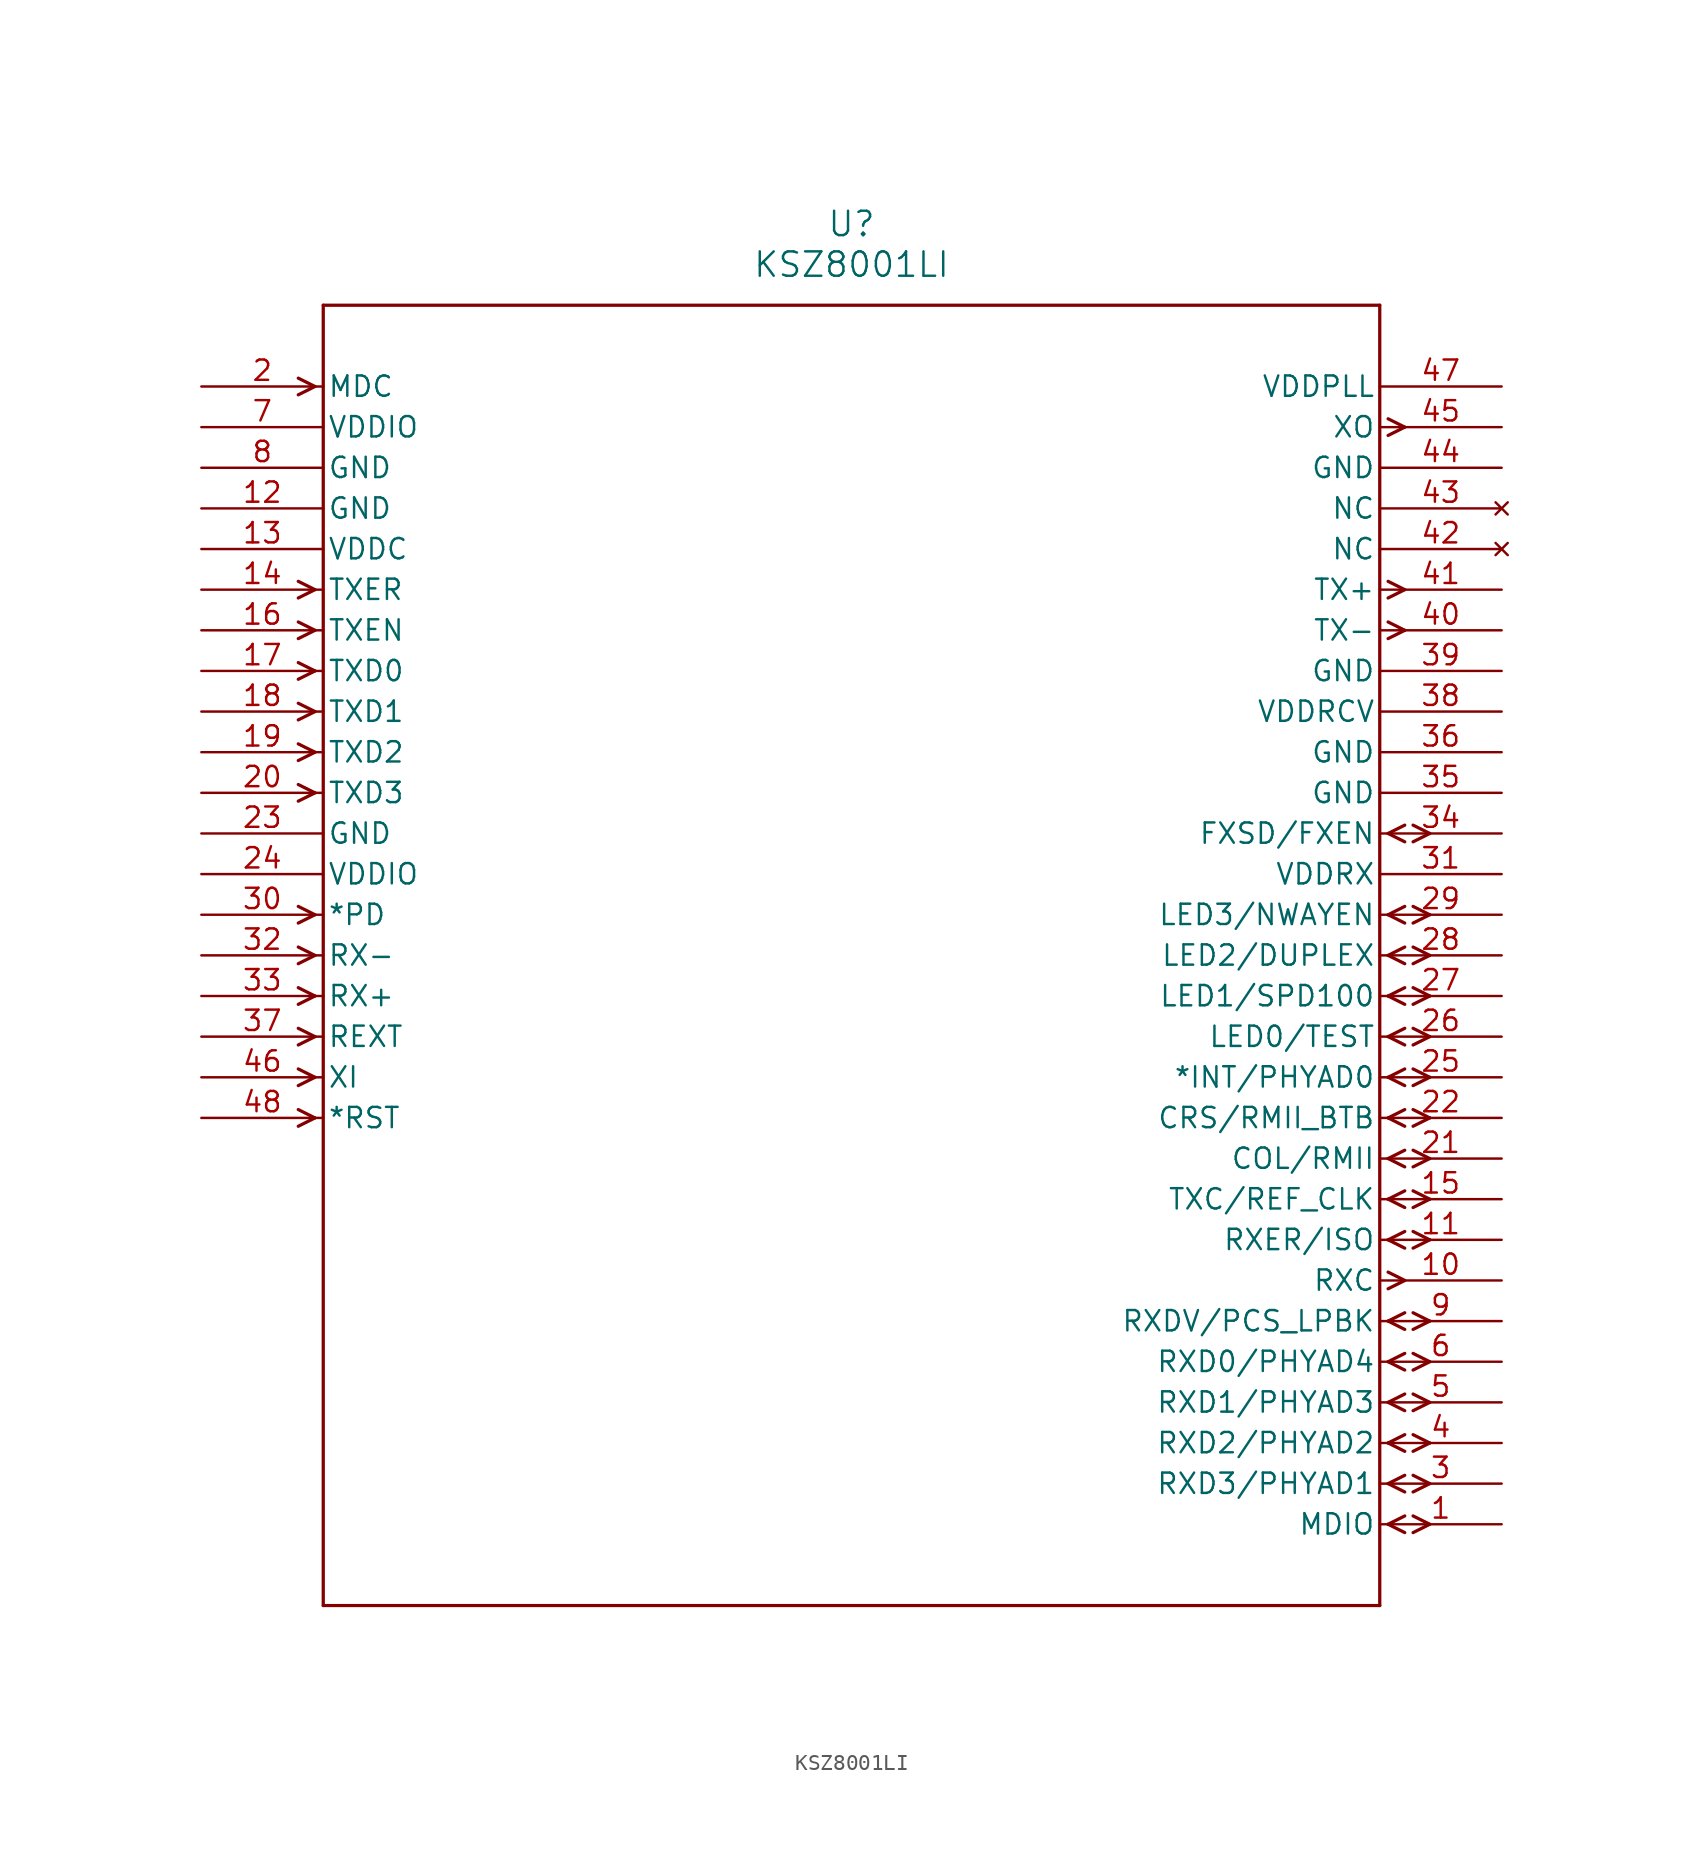
<source format=kicad_sym>
(kicad_symbol_lib
  (version 20211014)
  (generator kicad_symbol_editor)
  (symbol "KSZ8001LI"
    (pin_names
      (offset 0.254))
    (property "Reference" "U"
      (at 40.64 10.16 0)
      (effects (font (size 1.524 1.524))))
    (property "Value" "KSZ8001LI"
      (at 40.64 7.62 0)
      (effects (font (size 1.524 1.524))))
    (symbol "KSZ8001LI_0_1"
      (polyline (pts (xy 7.099 0) (xy 6.058 0.521)) (stroke (width 0.203) (type default) (color 0 0 0 0)) (fill (type none)))
      (polyline (pts (xy 7.099 0) (xy 6.058 -0.521)) (stroke (width 0.203) (type default) (color 0 0 0 0)) (fill (type none)))
      (polyline (pts (xy 7.099 -12.7) (xy 6.058 -12.179)) (stroke (width 0.203) (type default) (color 0 0 0 0)) (fill (type none)))
      (polyline (pts (xy 7.099 -12.7) (xy 6.058 -13.221)) (stroke (width 0.203) (type default) (color 0 0 0 0)) (fill (type none)))
      (polyline (pts (xy 7.099 -15.24) (xy 6.058 -14.719)) (stroke (width 0.203) (type default) (color 0 0 0 0)) (fill (type none)))
      (polyline (pts (xy 7.099 -15.24) (xy 6.058 -15.761)) (stroke (width 0.203) (type default) (color 0 0 0 0)) (fill (type none)))
      (polyline (pts (xy 7.099 -17.78) (xy 6.058 -17.259)) (stroke (width 0.203) (type default) (color 0 0 0 0)) (fill (type none)))
      (polyline (pts (xy 7.099 -17.78) (xy 6.058 -18.301)) (stroke (width 0.203) (type default) (color 0 0 0 0)) (fill (type none)))
      (polyline (pts (xy 7.099 -20.32) (xy 6.058 -19.799)) (stroke (width 0.203) (type default) (color 0 0 0 0)) (fill (type none)))
      (polyline (pts (xy 7.099 -20.32) (xy 6.058 -20.841)) (stroke (width 0.203) (type default) (color 0 0 0 0)) (fill (type none)))
      (polyline (pts (xy 7.099 -22.86) (xy 6.058 -22.339)) (stroke (width 0.203) (type default) (color 0 0 0 0)) (fill (type none)))
      (polyline (pts (xy 7.099 -22.86) (xy 6.058 -23.381)) (stroke (width 0.203) (type default) (color 0 0 0 0)) (fill (type none)))
      (polyline (pts (xy 7.099 -25.4) (xy 6.058 -24.879)) (stroke (width 0.203) (type default) (color 0 0 0 0)) (fill (type none)))
      (polyline (pts (xy 7.099 -25.4) (xy 6.058 -25.921)) (stroke (width 0.203) (type default) (color 0 0 0 0)) (fill (type none)))
      (polyline (pts (xy 7.099 -33.02) (xy 6.058 -32.499)) (stroke (width 0.203) (type default) (color 0 0 0 0)) (fill (type none)))
      (polyline (pts (xy 7.099 -33.02) (xy 6.058 -33.541)) (stroke (width 0.203) (type default) (color 0 0 0 0)) (fill (type none)))
      (polyline (pts (xy 7.099 -35.56) (xy 6.058 -35.039)) (stroke (width 0.203) (type default) (color 0 0 0 0)) (fill (type none)))
      (polyline (pts (xy 7.099 -35.56) (xy 6.058 -36.081)) (stroke (width 0.203) (type default) (color 0 0 0 0)) (fill (type none)))
      (polyline (pts (xy 7.099 -38.1) (xy 6.058 -37.579)) (stroke (width 0.203) (type default) (color 0 0 0 0)) (fill (type none)))
      (polyline (pts (xy 7.099 -38.1) (xy 6.058 -38.621)) (stroke (width 0.203) (type default) (color 0 0 0 0)) (fill (type none)))
      (polyline (pts (xy 7.099 -40.64) (xy 6.058 -40.119)) (stroke (width 0.203) (type default) (color 0 0 0 0)) (fill (type none)))
      (polyline (pts (xy 7.099 -40.64) (xy 6.058 -41.161)) (stroke (width 0.203) (type default) (color 0 0 0 0)) (fill (type none)))
      (polyline (pts (xy 7.099 -43.18) (xy 6.058 -42.659)) (stroke (width 0.203) (type default) (color 0 0 0 0)) (fill (type none)))
      (polyline (pts (xy 7.099 -43.18) (xy 6.058 -43.701)) (stroke (width 0.203) (type default) (color 0 0 0 0)) (fill (type none)))
      (polyline (pts (xy 7.099 -45.72) (xy 6.058 -45.199)) (stroke (width 0.203) (type default) (color 0 0 0 0)) (fill (type none)))
      (polyline (pts (xy 7.099 -45.72) (xy 6.058 -46.241)) (stroke (width 0.203) (type default) (color 0 0 0 0)) (fill (type none)))
      (polyline (pts (xy 74.181 -71.12) (xy 75.222 -70.599)) (stroke (width 0.203) (type default) (color 0 0 0 0)) (fill (type none)))
      (polyline (pts (xy 74.181 -71.12) (xy 75.222 -71.641)) (stroke (width 0.203) (type default) (color 0 0 0 0)) (fill (type none)))
      (polyline (pts (xy 75.743 -70.599) (xy 76.784 -71.12)) (stroke (width 0.203) (type default) (color 0 0 0 0)) (fill (type none)))
      (polyline (pts (xy 75.743 -71.641) (xy 76.784 -71.12)) (stroke (width 0.203) (type default) (color 0 0 0 0)) (fill (type none)))
      (polyline (pts (xy 74.181 -68.58) (xy 75.222 -68.059)) (stroke (width 0.203) (type default) (color 0 0 0 0)) (fill (type none)))
      (polyline (pts (xy 74.181 -68.58) (xy 75.222 -69.101)) (stroke (width 0.203) (type default) (color 0 0 0 0)) (fill (type none)))
      (polyline (pts (xy 75.743 -68.059) (xy 76.784 -68.58)) (stroke (width 0.203) (type default) (color 0 0 0 0)) (fill (type none)))
      (polyline (pts (xy 75.743 -69.101) (xy 76.784 -68.58)) (stroke (width 0.203) (type default) (color 0 0 0 0)) (fill (type none)))
      (polyline (pts (xy 74.181 -66.04) (xy 75.222 -65.519)) (stroke (width 0.203) (type default) (color 0 0 0 0)) (fill (type none)))
      (polyline (pts (xy 74.181 -66.04) (xy 75.222 -66.561)) (stroke (width 0.203) (type default) (color 0 0 0 0)) (fill (type none)))
      (polyline (pts (xy 75.743 -65.519) (xy 76.784 -66.04)) (stroke (width 0.203) (type default) (color 0 0 0 0)) (fill (type none)))
      (polyline (pts (xy 75.743 -66.561) (xy 76.784 -66.04)) (stroke (width 0.203) (type default) (color 0 0 0 0)) (fill (type none)))
      (polyline (pts (xy 74.181 -63.5) (xy 75.222 -62.979)) (stroke (width 0.203) (type default) (color 0 0 0 0)) (fill (type none)))
      (polyline (pts (xy 74.181 -63.5) (xy 75.222 -64.021)) (stroke (width 0.203) (type default) (color 0 0 0 0)) (fill (type none)))
      (polyline (pts (xy 75.743 -62.979) (xy 76.784 -63.5)) (stroke (width 0.203) (type default) (color 0 0 0 0)) (fill (type none)))
      (polyline (pts (xy 75.743 -64.021) (xy 76.784 -63.5)) (stroke (width 0.203) (type default) (color 0 0 0 0)) (fill (type none)))
      (polyline (pts (xy 74.181 -60.96) (xy 75.222 -60.439)) (stroke (width 0.203) (type default) (color 0 0 0 0)) (fill (type none)))
      (polyline (pts (xy 74.181 -60.96) (xy 75.222 -61.481)) (stroke (width 0.203) (type default) (color 0 0 0 0)) (fill (type none)))
      (polyline (pts (xy 75.743 -60.439) (xy 76.784 -60.96)) (stroke (width 0.203) (type default) (color 0 0 0 0)) (fill (type none)))
      (polyline (pts (xy 75.743 -61.481) (xy 76.784 -60.96)) (stroke (width 0.203) (type default) (color 0 0 0 0)) (fill (type none)))
      (polyline (pts (xy 74.181 -58.42) (xy 75.222 -57.899)) (stroke (width 0.203) (type default) (color 0 0 0 0)) (fill (type none)))
      (polyline (pts (xy 74.181 -58.42) (xy 75.222 -58.941)) (stroke (width 0.203) (type default) (color 0 0 0 0)) (fill (type none)))
      (polyline (pts (xy 75.743 -57.899) (xy 76.784 -58.42)) (stroke (width 0.203) (type default) (color 0 0 0 0)) (fill (type none)))
      (polyline (pts (xy 75.743 -58.941) (xy 76.784 -58.42)) (stroke (width 0.203) (type default) (color 0 0 0 0)) (fill (type none)))
      (polyline (pts (xy 74.181 -55.359) (xy 75.222 -55.88)) (stroke (width 0.203) (type default) (color 0 0 0 0)) (fill (type none)))
      (polyline (pts (xy 74.181 -56.401) (xy 75.222 -55.88)) (stroke (width 0.203) (type default) (color 0 0 0 0)) (fill (type none)))
      (polyline (pts (xy 74.181 -53.34) (xy 75.222 -52.819)) (stroke (width 0.203) (type default) (color 0 0 0 0)) (fill (type none)))
      (polyline (pts (xy 74.181 -53.34) (xy 75.222 -53.861)) (stroke (width 0.203) (type default) (color 0 0 0 0)) (fill (type none)))
      (polyline (pts (xy 75.743 -52.819) (xy 76.784 -53.34)) (stroke (width 0.203) (type default) (color 0 0 0 0)) (fill (type none)))
      (polyline (pts (xy 75.743 -53.861) (xy 76.784 -53.34)) (stroke (width 0.203) (type default) (color 0 0 0 0)) (fill (type none)))
      (polyline (pts (xy 74.181 -50.8) (xy 75.222 -50.279)) (stroke (width 0.203) (type default) (color 0 0 0 0)) (fill (type none)))
      (polyline (pts (xy 74.181 -50.8) (xy 75.222 -51.321)) (stroke (width 0.203) (type default) (color 0 0 0 0)) (fill (type none)))
      (polyline (pts (xy 75.743 -50.279) (xy 76.784 -50.8)) (stroke (width 0.203) (type default) (color 0 0 0 0)) (fill (type none)))
      (polyline (pts (xy 75.743 -51.321) (xy 76.784 -50.8)) (stroke (width 0.203) (type default) (color 0 0 0 0)) (fill (type none)))
      (polyline (pts (xy 74.181 -48.26) (xy 75.222 -47.739)) (stroke (width 0.203) (type default) (color 0 0 0 0)) (fill (type none)))
      (polyline (pts (xy 74.181 -48.26) (xy 75.222 -48.781)) (stroke (width 0.203) (type default) (color 0 0 0 0)) (fill (type none)))
      (polyline (pts (xy 75.743 -47.739) (xy 76.784 -48.26)) (stroke (width 0.203) (type default) (color 0 0 0 0)) (fill (type none)))
      (polyline (pts (xy 75.743 -48.781) (xy 76.784 -48.26)) (stroke (width 0.203) (type default) (color 0 0 0 0)) (fill (type none)))
      (polyline (pts (xy 74.181 -45.72) (xy 75.222 -45.199)) (stroke (width 0.203) (type default) (color 0 0 0 0)) (fill (type none)))
      (polyline (pts (xy 74.181 -45.72) (xy 75.222 -46.241)) (stroke (width 0.203) (type default) (color 0 0 0 0)) (fill (type none)))
      (polyline (pts (xy 75.743 -45.199) (xy 76.784 -45.72)) (stroke (width 0.203) (type default) (color 0 0 0 0)) (fill (type none)))
      (polyline (pts (xy 75.743 -46.241) (xy 76.784 -45.72)) (stroke (width 0.203) (type default) (color 0 0 0 0)) (fill (type none)))
      (polyline (pts (xy 74.181 -43.18) (xy 75.222 -42.659)) (stroke (width 0.203) (type default) (color 0 0 0 0)) (fill (type none)))
      (polyline (pts (xy 74.181 -43.18) (xy 75.222 -43.701)) (stroke (width 0.203) (type default) (color 0 0 0 0)) (fill (type none)))
      (polyline (pts (xy 75.743 -42.659) (xy 76.784 -43.18)) (stroke (width 0.203) (type default) (color 0 0 0 0)) (fill (type none)))
      (polyline (pts (xy 75.743 -43.701) (xy 76.784 -43.18)) (stroke (width 0.203) (type default) (color 0 0 0 0)) (fill (type none)))
      (polyline (pts (xy 74.181 -40.64) (xy 75.222 -40.119)) (stroke (width 0.203) (type default) (color 0 0 0 0)) (fill (type none)))
      (polyline (pts (xy 74.181 -40.64) (xy 75.222 -41.161)) (stroke (width 0.203) (type default) (color 0 0 0 0)) (fill (type none)))
      (polyline (pts (xy 75.743 -40.119) (xy 76.784 -40.64)) (stroke (width 0.203) (type default) (color 0 0 0 0)) (fill (type none)))
      (polyline (pts (xy 75.743 -41.161) (xy 76.784 -40.64)) (stroke (width 0.203) (type default) (color 0 0 0 0)) (fill (type none)))
      (polyline (pts (xy 74.181 -38.1) (xy 75.222 -37.579)) (stroke (width 0.203) (type default) (color 0 0 0 0)) (fill (type none)))
      (polyline (pts (xy 74.181 -38.1) (xy 75.222 -38.621)) (stroke (width 0.203) (type default) (color 0 0 0 0)) (fill (type none)))
      (polyline (pts (xy 75.743 -37.579) (xy 76.784 -38.1)) (stroke (width 0.203) (type default) (color 0 0 0 0)) (fill (type none)))
      (polyline (pts (xy 75.743 -38.621) (xy 76.784 -38.1)) (stroke (width 0.203) (type default) (color 0 0 0 0)) (fill (type none)))
      (polyline (pts (xy 74.181 -35.56) (xy 75.222 -35.039)) (stroke (width 0.203) (type default) (color 0 0 0 0)) (fill (type none)))
      (polyline (pts (xy 74.181 -35.56) (xy 75.222 -36.081)) (stroke (width 0.203) (type default) (color 0 0 0 0)) (fill (type none)))
      (polyline (pts (xy 75.743 -35.039) (xy 76.784 -35.56)) (stroke (width 0.203) (type default) (color 0 0 0 0)) (fill (type none)))
      (polyline (pts (xy 75.743 -36.081) (xy 76.784 -35.56)) (stroke (width 0.203) (type default) (color 0 0 0 0)) (fill (type none)))
      (polyline (pts (xy 74.181 -33.02) (xy 75.222 -32.499)) (stroke (width 0.203) (type default) (color 0 0 0 0)) (fill (type none)))
      (polyline (pts (xy 74.181 -33.02) (xy 75.222 -33.541)) (stroke (width 0.203) (type default) (color 0 0 0 0)) (fill (type none)))
      (polyline (pts (xy 75.743 -32.499) (xy 76.784 -33.02)) (stroke (width 0.203) (type default) (color 0 0 0 0)) (fill (type none)))
      (polyline (pts (xy 75.743 -33.541) (xy 76.784 -33.02)) (stroke (width 0.203) (type default) (color 0 0 0 0)) (fill (type none)))
      (polyline (pts (xy 74.181 -27.94) (xy 75.222 -27.419)) (stroke (width 0.203) (type default) (color 0 0 0 0)) (fill (type none)))
      (polyline (pts (xy 74.181 -27.94) (xy 75.222 -28.461)) (stroke (width 0.203) (type default) (color 0 0 0 0)) (fill (type none)))
      (polyline (pts (xy 75.743 -27.419) (xy 76.784 -27.94)) (stroke (width 0.203) (type default) (color 0 0 0 0)) (fill (type none)))
      (polyline (pts (xy 75.743 -28.461) (xy 76.784 -27.94)) (stroke (width 0.203) (type default) (color 0 0 0 0)) (fill (type none)))
      (polyline (pts (xy 74.181 -14.719) (xy 75.222 -15.24)) (stroke (width 0.203) (type default) (color 0 0 0 0)) (fill (type none)))
      (polyline (pts (xy 74.181 -15.761) (xy 75.222 -15.24)) (stroke (width 0.203) (type default) (color 0 0 0 0)) (fill (type none)))
      (polyline (pts (xy 74.181 -12.179) (xy 75.222 -12.7)) (stroke (width 0.203) (type default) (color 0 0 0 0)) (fill (type none)))
      (polyline (pts (xy 74.181 -13.221) (xy 75.222 -12.7)) (stroke (width 0.203) (type default) (color 0 0 0 0)) (fill (type none)))
      (polyline (pts (xy 74.181 -2.019) (xy 75.222 -2.54)) (stroke (width 0.203) (type default) (color 0 0 0 0)) (fill (type none)))
      (polyline (pts (xy 74.181 -3.061) (xy 75.222 -2.54)) (stroke (width 0.203) (type default) (color 0 0 0 0)) (fill (type none)))
      (polyline (pts (xy 7.62 5.08) (xy 7.62 -76.2)) (stroke (width 0.203) (type default) (color 0 0 0 0)) (fill (type none)))
      (polyline (pts (xy 7.62 -76.2) (xy 73.66 -76.2)) (stroke (width 0.203) (type default) (color 0 0 0 0)) (fill (type none)))
      (polyline (pts (xy 73.66 -76.2) (xy 73.66 5.08)) (stroke (width 0.203) (type default) (color 0 0 0 0)) (fill (type none)))
      (polyline (pts (xy 73.66 5.08) (xy 7.62 5.08)) (stroke (width 0.203) (type default) (color 0 0 0 0)) (fill (type none)))
      (pin bidirectional line (at 81.28 -71.12 180) (length 7.62) (name "MDIO" (effects (font (size 1.27 1.27)))) (number "1" (effects (font (size 1.27 1.27)))))
      (pin input line (at 0 0 0) (length 7.62) (name "MDC" (effects (font (size 1.27 1.27)))) (number "2" (effects (font (size 1.27 1.27)))))
      (pin bidirectional line (at 81.28 -68.58 180) (length 7.62) (name "RXD3/PHYAD1" (effects (font (size 1.27 1.27)))) (number "3" (effects (font (size 1.27 1.27)))))
      (pin bidirectional line (at 81.28 -66.04 180) (length 7.62) (name "RXD2/PHYAD2" (effects (font (size 1.27 1.27)))) (number "4" (effects (font (size 1.27 1.27)))))
      (pin bidirectional line (at 81.28 -63.5 180) (length 7.62) (name "RXD1/PHYAD3" (effects (font (size 1.27 1.27)))) (number "5" (effects (font (size 1.27 1.27)))))
      (pin bidirectional line (at 81.28 -60.96 180) (length 7.62) (name "RXD0/PHYAD4" (effects (font (size 1.27 1.27)))) (number "6" (effects (font (size 1.27 1.27)))))
      (pin power_in line (at 0 -2.54 0) (length 7.62) (name "VDDIO" (effects (font (size 1.27 1.27)))) (number "7" (effects (font (size 1.27 1.27)))))
      (pin power_in line (at 0 -5.08 0) (length 7.62) (name "GND" (effects (font (size 1.27 1.27)))) (number "8" (effects (font (size 1.27 1.27)))))
      (pin bidirectional line (at 81.28 -58.42 180) (length 7.62) (name "RXDV/PCS_LPBK" (effects (font (size 1.27 1.27)))) (number "9" (effects (font (size 1.27 1.27)))))
      (pin output line (at 81.28 -55.88 180) (length 7.62) (name "RXC" (effects (font (size 1.27 1.27)))) (number "10" (effects (font (size 1.27 1.27)))))
      (pin bidirectional line (at 81.28 -53.34 180) (length 7.62) (name "RXER/ISO" (effects (font (size 1.27 1.27)))) (number "11" (effects (font (size 1.27 1.27)))))
      (pin power_in line (at 0 -7.62 0) (length 7.62) (name "GND" (effects (font (size 1.27 1.27)))) (number "12" (effects (font (size 1.27 1.27)))))
      (pin power_in line (at 0 -10.16 0) (length 7.62) (name "VDDC" (effects (font (size 1.27 1.27)))) (number "13" (effects (font (size 1.27 1.27)))))
      (pin input line (at 0 -12.7 0) (length 7.62) (name "TXER" (effects (font (size 1.27 1.27)))) (number "14" (effects (font (size 1.27 1.27)))))
      (pin bidirectional line (at 81.28 -50.8 180) (length 7.62) (name "TXC/REF_CLK" (effects (font (size 1.27 1.27)))) (number "15" (effects (font (size 1.27 1.27)))))
      (pin input line (at 0 -15.24 0) (length 7.62) (name "TXEN" (effects (font (size 1.27 1.27)))) (number "16" (effects (font (size 1.27 1.27)))))
      (pin input line (at 0 -17.78 0) (length 7.62) (name "TXD0" (effects (font (size 1.27 1.27)))) (number "17" (effects (font (size 1.27 1.27)))))
      (pin input line (at 0 -20.32 0) (length 7.62) (name "TXD1" (effects (font (size 1.27 1.27)))) (number "18" (effects (font (size 1.27 1.27)))))
      (pin input line (at 0 -22.86 0) (length 7.62) (name "TXD2" (effects (font (size 1.27 1.27)))) (number "19" (effects (font (size 1.27 1.27)))))
      (pin input line (at 0 -25.4 0) (length 7.62) (name "TXD3" (effects (font (size 1.27 1.27)))) (number "20" (effects (font (size 1.27 1.27)))))
      (pin bidirectional line (at 81.28 -48.26 180) (length 7.62) (name "COL/RMII" (effects (font (size 1.27 1.27)))) (number "21" (effects (font (size 1.27 1.27)))))
      (pin bidirectional line (at 81.28 -45.72 180) (length 7.62) (name "CRS/RMII_BTB" (effects (font (size 1.27 1.27)))) (number "22" (effects (font (size 1.27 1.27)))))
      (pin power_in line (at 0 -27.94 0) (length 7.62) (name "GND" (effects (font (size 1.27 1.27)))) (number "23" (effects (font (size 1.27 1.27)))))
      (pin power_in line (at 0 -30.48 0) (length 7.62) (name "VDDIO" (effects (font (size 1.27 1.27)))) (number "24" (effects (font (size 1.27 1.27)))))
      (pin bidirectional line (at 81.28 -43.18 180) (length 7.62) (name "*INT/PHYAD0" (effects (font (size 1.27 1.27)))) (number "25" (effects (font (size 1.27 1.27)))))
      (pin bidirectional line (at 81.28 -40.64 180) (length 7.62) (name "LED0/TEST" (effects (font (size 1.27 1.27)))) (number "26" (effects (font (size 1.27 1.27)))))
      (pin bidirectional line (at 81.28 -38.1 180) (length 7.62) (name "LED1/SPD100" (effects (font (size 1.27 1.27)))) (number "27" (effects (font (size 1.27 1.27)))))
      (pin bidirectional line (at 81.28 -35.56 180) (length 7.62) (name "LED2/DUPLEX" (effects (font (size 1.27 1.27)))) (number "28" (effects (font (size 1.27 1.27)))))
      (pin bidirectional line (at 81.28 -33.02 180) (length 7.62) (name "LED3/NWAYEN" (effects (font (size 1.27 1.27)))) (number "29" (effects (font (size 1.27 1.27)))))
      (pin input line (at 0 -33.02 0) (length 7.62) (name "*PD" (effects (font (size 1.27 1.27)))) (number "30" (effects (font (size 1.27 1.27)))))
      (pin power_in line (at 81.28 -30.48 180) (length 7.62) (name "VDDRX" (effects (font (size 1.27 1.27)))) (number "31" (effects (font (size 1.27 1.27)))))
      (pin input line (at 0 -35.56 0) (length 7.62) (name "RX-" (effects (font (size 1.27 1.27)))) (number "32" (effects (font (size 1.27 1.27)))))
      (pin input line (at 0 -38.1 0) (length 7.62) (name "RX+" (effects (font (size 1.27 1.27)))) (number "33" (effects (font (size 1.27 1.27)))))
      (pin bidirectional line (at 81.28 -27.94 180) (length 7.62) (name "FXSD/FXEN" (effects (font (size 1.27 1.27)))) (number "34" (effects (font (size 1.27 1.27)))))
      (pin power_in line (at 81.28 -25.4 180) (length 7.62) (name "GND" (effects (font (size 1.27 1.27)))) (number "35" (effects (font (size 1.27 1.27)))))
      (pin power_in line (at 81.28 -22.86 180) (length 7.62) (name "GND" (effects (font (size 1.27 1.27)))) (number "36" (effects (font (size 1.27 1.27)))))
      (pin input line (at 0 -40.64 0) (length 7.62) (name "REXT" (effects (font (size 1.27 1.27)))) (number "37" (effects (font (size 1.27 1.27)))))
      (pin power_in line (at 81.28 -20.32 180) (length 7.62) (name "VDDRCV" (effects (font (size 1.27 1.27)))) (number "38" (effects (font (size 1.27 1.27)))))
      (pin power_in line (at 81.28 -17.78 180) (length 7.62) (name "GND" (effects (font (size 1.27 1.27)))) (number "39" (effects (font (size 1.27 1.27)))))
      (pin output line (at 81.28 -15.24 180) (length 7.62) (name "TX-" (effects (font (size 1.27 1.27)))) (number "40" (effects (font (size 1.27 1.27)))))
      (pin output line (at 81.28 -12.7 180) (length 7.62) (name "TX+" (effects (font (size 1.27 1.27)))) (number "41" (effects (font (size 1.27 1.27)))))
      (pin no_connect line (at 81.28 -10.16 180) (length 7.62) (name "NC" (effects (font (size 1.27 1.27)))) (number "42" (effects (font (size 1.27 1.27)))))
      (pin no_connect line (at 81.28 -7.62 180) (length 7.62) (name "NC" (effects (font (size 1.27 1.27)))) (number "43" (effects (font (size 1.27 1.27)))))
      (pin power_in line (at 81.28 -5.08 180) (length 7.62) (name "GND" (effects (font (size 1.27 1.27)))) (number "44" (effects (font (size 1.27 1.27)))))
      (pin output line (at 81.28 -2.54 180) (length 7.62) (name "XO" (effects (font (size 1.27 1.27)))) (number "45" (effects (font (size 1.27 1.27)))))
      (pin input line (at 0 -43.18 0) (length 7.62) (name "XI" (effects (font (size 1.27 1.27)))) (number "46" (effects (font (size 1.27 1.27)))))
      (pin power_in line (at 81.28 0 180) (length 7.62) (name "VDDPLL" (effects (font (size 1.27 1.27)))) (number "47" (effects (font (size 1.27 1.27)))))
      (pin input line (at 0 -45.72 0) (length 7.62) (name "*RST" (effects (font (size 1.27 1.27)))) (number "48" (effects (font (size 1.27 1.27))))))))
</source>
